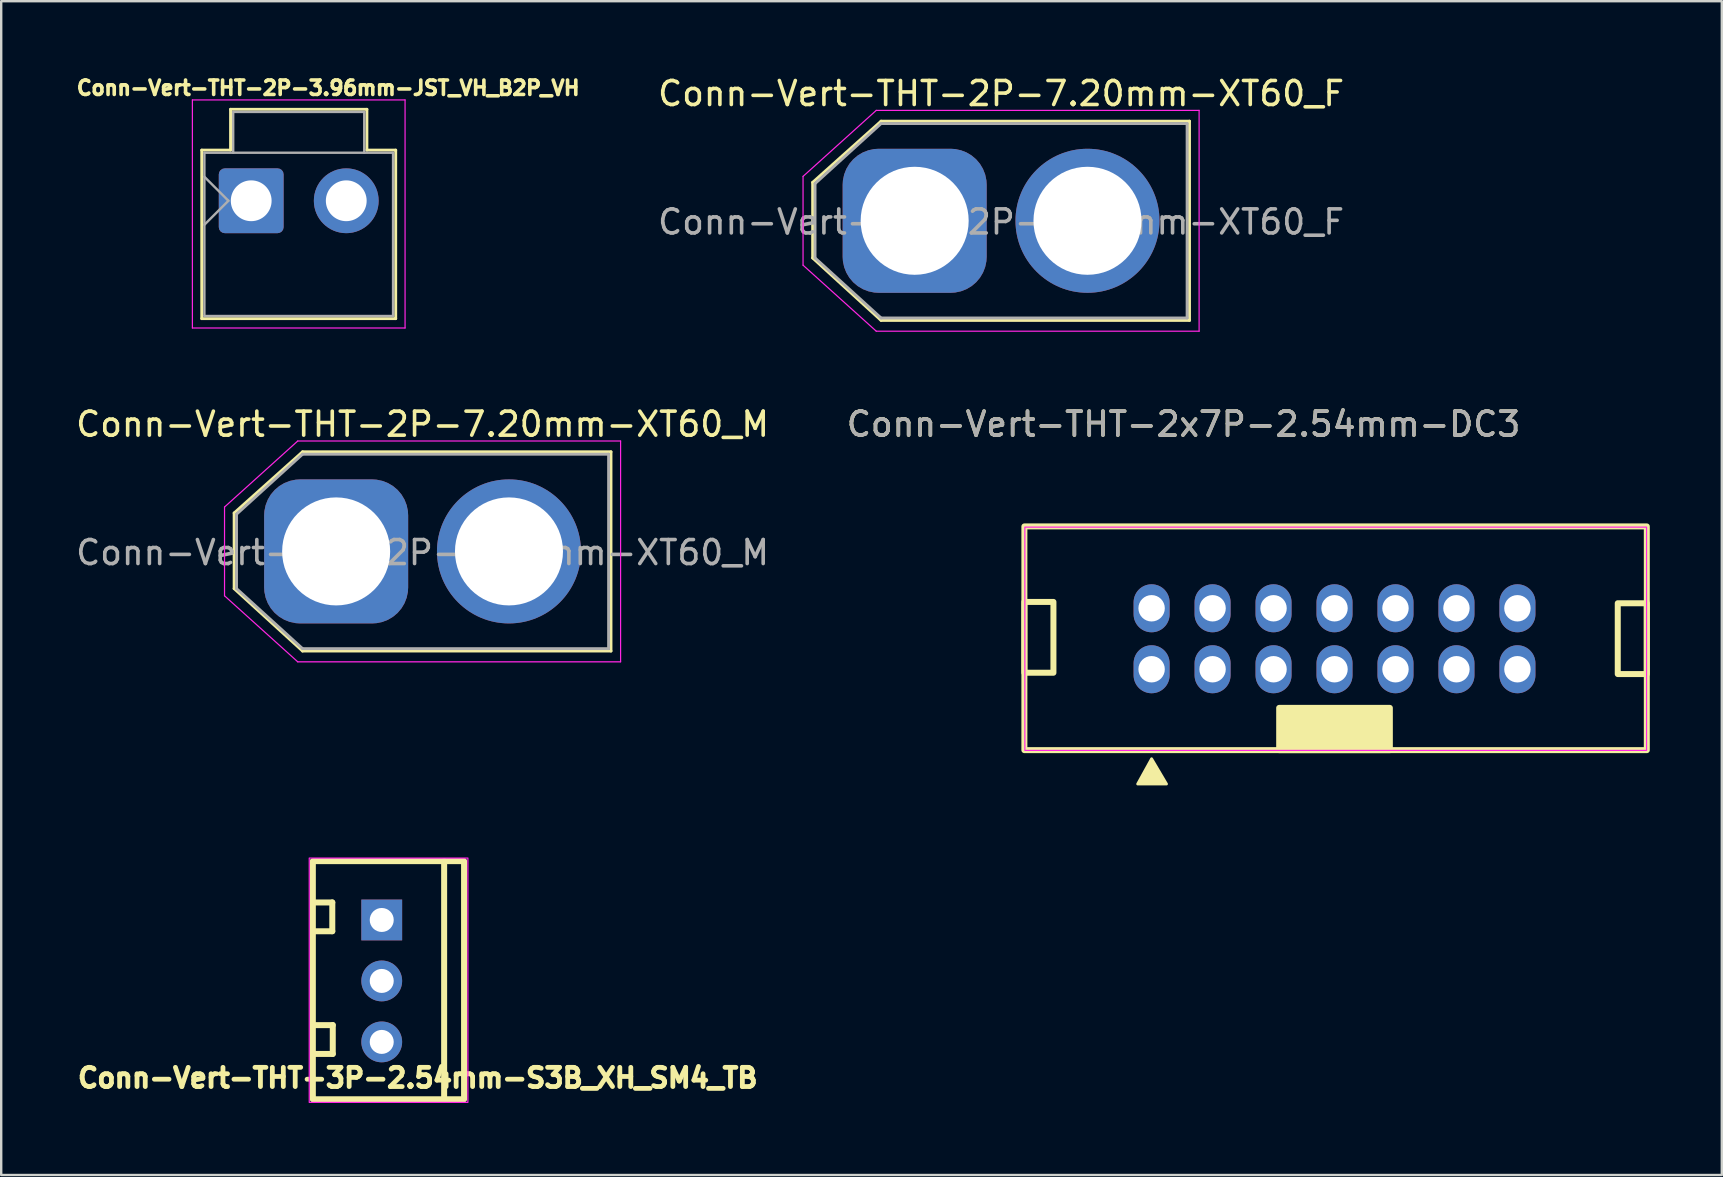
<source format=kicad_pcb>
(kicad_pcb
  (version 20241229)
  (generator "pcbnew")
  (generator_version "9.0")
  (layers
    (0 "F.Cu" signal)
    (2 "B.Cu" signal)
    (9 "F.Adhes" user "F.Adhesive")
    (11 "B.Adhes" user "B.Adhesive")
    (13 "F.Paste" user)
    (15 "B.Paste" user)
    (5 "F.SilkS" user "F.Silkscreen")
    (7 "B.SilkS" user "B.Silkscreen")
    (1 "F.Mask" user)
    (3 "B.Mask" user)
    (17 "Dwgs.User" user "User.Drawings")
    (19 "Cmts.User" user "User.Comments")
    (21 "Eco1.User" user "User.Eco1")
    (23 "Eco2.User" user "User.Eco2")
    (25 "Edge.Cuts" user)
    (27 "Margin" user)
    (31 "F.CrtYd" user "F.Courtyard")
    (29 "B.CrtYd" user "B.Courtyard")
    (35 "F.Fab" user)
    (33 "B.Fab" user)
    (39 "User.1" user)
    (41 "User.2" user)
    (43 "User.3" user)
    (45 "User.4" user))
  (footprint "Conn-Vert-THT-2P-7.20mm-XT60_F"
    (layer "F.Cu")
    (at 35.055 6.148)
    (property "Reference" "Conn-Vert-THT-2P-7.20mm-XT60_F" (at 3.6 -5.3 180) (layer "F.SilkS") (effects (font (size 1 1) (thickness 0.15))))
    (attr through_hole)
    (fp_line (start -4.25 -1.6) (end -4.25 1.55) (stroke (width 0.12) (type solid)) (layer "F.SilkS"))
    (fp_line (start -4.25 1.55) (end -1.4 4.15) (stroke (width 0.12) (type solid)) (layer "F.SilkS"))
    (fp_line (start -1.4 -4.15) (end -4.25 -1.6) (stroke (width 0.12) (type solid)) (layer "F.SilkS"))
    (fp_line (start -1.4 4.15) (end 11.45 4.15) (stroke (width 0.12) (type solid)) (layer "F.SilkS"))
    (fp_line (start 11.45 -4.15) (end -1.4 -4.15) (stroke (width 0.12) (type solid)) (layer "F.SilkS"))
    (fp_line (start 11.45 4.15) (end 11.45 -4.15) (stroke (width 0.12) (type solid)) (layer "F.SilkS"))
    (fp_line (start -4.65 -1.85) (end -1.6 -4.6) (stroke (width 0.05) (type solid)) (layer "F.CrtYd"))
    (fp_line (start -4.65 1.85) (end -4.65 -1.85) (stroke (width 0.05) (type solid)) (layer "F.CrtYd"))
    (fp_line (start -1.6 -4.6) (end 11.85 -4.6) (stroke (width 0.05) (type solid)) (layer "F.CrtYd"))
    (fp_line (start -1.6 4.6) (end -4.65 1.85) (stroke (width 0.05) (type solid)) (layer "F.CrtYd"))
    (fp_line (start 11.85 -4.6) (end 11.85 4.6) (stroke (width 0.05) (type solid)) (layer "F.CrtYd"))
    (fp_line (start 11.85 4.6) (end -1.6 4.6) (stroke (width 0.05) (type solid)) (layer "F.CrtYd"))
    (fp_line (start -4.15 -1.55) (end -4.15 1.55) (stroke (width 0.12) (type solid)) (layer "F.Fab"))
    (fp_line (start -4.15 1.55) (end -1.4 4.05) (stroke (width 0.12) (type solid)) (layer "F.Fab"))
    (fp_line (start -1.4 -4.05) (end -4.15 -1.55) (stroke (width 0.12) (type solid)) (layer "F.Fab"))
    (fp_line (start -1.4 4.05) (end 11.35 4.05) (stroke (width 0.12) (type solid)) (layer "F.Fab"))
    (fp_line (start 11.35 -4.05) (end -1.4 -4.05) (stroke (width 0.12) (type solid)) (layer "F.Fab"))
    (fp_line (start 11.35 4.05) (end 11.35 -4.05) (stroke (width 0.12) (type solid)) (layer "F.Fab"))
    (fp_text user "${REFERENCE}" (at 3.6 0.05 0) (layer "F.Fab") (effects (font (size 1 1) (thickness 0.15))))
    (pad "1" thru_hole roundrect (at 0 0) (size 6 6) (drill 4.5) (layers "*.Cu" "*.Mask") (roundrect_rratio 0.25))
    (pad "2" thru_hole circle (at 7.2 0) (size 6 6) (drill 4.5) (layers "*.Cu" "*.Mask")))
  (footprint "Conn-Vert-THT-2x7P-2.54mm-DC3"
    (layer "F.Cu")
    (at 52.546 23.561)
    (property "Reference" "Conn-Vert-THT-2x7P-2.54mm-DC3" (at -6.29 -8.94 0) (unlocked yes) (layer "F.SilkS") (effects (font (size 1 1) (thickness 0.15))))
    (attr through_hole)
    (fp_rect (start -12.92 -4.68) (end 13.01 4.64) (stroke (width 0.25) (type solid)) (fill no) (layer "F.SilkS"))
    (fp_rect (start -11.71 -1.535) (end -12.92 1.415) (stroke (width 0.25) (type solid)) (fill no) (layer "F.SilkS"))
    (fp_rect (start -2.305 2.88) (end 2.305 4.64) (stroke (width 0.12) (type solid)) (fill yes) (layer "F.SilkS"))
    (fp_rect (start -2.305 2.88) (end 2.305 4.64) (stroke (width 0.25) (type solid)) (fill no) (layer "F.SilkS"))
    (fp_rect (start 13.01 -1.48) (end 11.8 1.47) (stroke (width 0.25) (type solid)) (fill no) (layer "F.SilkS"))
    (fp_poly (pts (xy -7.62 5) (xy -8.2 6.05) (xy -7 6.05)) (stroke (width 0.12) (type solid)) (fill yes) (layer "F.SilkS"))
    (fp_rect (start -12.9 -4.65) (end 13 4.65) (stroke (width 0.05) (type default)) (fill no) (layer "F.CrtYd"))
    (fp_text user "${REFERENCE}" (at -6.29 -8.94 0) (unlocked yes) (layer "F.Fab") (effects (font (size 1 1) (thickness 0.15))))
    (pad "1" thru_hole oval (at -7.62 1.27 180) (size 1.5 2) (drill 1.1) (layers "*.Cu" "*.Mask"))
    (pad "2" thru_hole oval (at -7.62 -1.27 180) (size 1.5 2) (drill 1.1) (layers "*.Cu" "*.Mask"))
    (pad "3" thru_hole oval (at -5.08 1.27 180) (size 1.5 2) (drill 1.1) (layers "*.Cu" "*.Mask"))
    (pad "4" thru_hole oval (at -5.08 -1.27 180) (size 1.5 2) (drill 1.1) (layers "*.Cu" "*.Mask"))
    (pad "5" thru_hole oval (at -2.54 1.27 180) (size 1.5 2) (drill 1.1) (layers "*.Cu" "*.Mask"))
    (pad "6" thru_hole oval (at -2.54 -1.27 180) (size 1.5 2) (drill 1.1) (layers "*.Cu" "*.Mask"))
    (pad "7" thru_hole oval (at 0 1.27 180) (size 1.5 2) (drill 1.1) (layers "*.Cu" "*.Mask"))
    (pad "8" thru_hole oval (at 0 -1.27 180) (size 1.5 2) (drill 1.1) (layers "*.Cu" "*.Mask"))
    (pad "9" thru_hole oval (at 2.54 1.27 180) (size 1.5 2) (drill 1.1) (layers "*.Cu" "*.Mask"))
    (pad "10" thru_hole oval (at 2.54 -1.27 180) (size 1.5 2) (drill 1.1) (layers "*.Cu" "*.Mask"))
    (pad "11" thru_hole oval (at 5.08 1.27 180) (size 1.5 2) (drill 1.1) (layers "*.Cu" "*.Mask"))
    (pad "12" thru_hole oval (at 5.08 -1.27 180) (size 1.5 2) (drill 1.1) (layers "*.Cu" "*.Mask"))
    (pad "13" thru_hole oval (at 7.62 1.27 180) (size 1.5 2) (drill 1.1) (layers "*.Cu" "*.Mask"))
    (pad "14" thru_hole oval (at 7.62 -1.27 180) (size 1.5 2) (drill 1.1) (layers "*.Cu" "*.Mask")))
  (footprint "Conn-Vert-THT-3P-2.54mm-S3B_XH_SM4_TB"
    (layer "F.Cu")
    (at 12.853 37.816)
    (property "Reference" "Conn-Vert-THT-3P-2.54mm-S3B_XH_SM4_TB" (at 1.5 4.04 0) (unlocked yes) (layer "F.SilkS") (effects (font (size 0.8 0.8) (thickness 0.3))))
    (attr through_hole)
    (fp_line (start -2.86 -3.27) (end -2.06 -3.27) (stroke (width 0.25) (type solid)) (layer "F.SilkS"))
    (fp_line (start -2.84 1.84) (end -2.04 1.84) (stroke (width 0.25) (type solid)) (layer "F.SilkS"))
    (fp_line (start -2.06 -3.27) (end -2.06 -2.07) (stroke (width 0.25) (type solid)) (layer "F.SilkS"))
    (fp_line (start -2.06 -2.07) (end -2.86 -2.07) (stroke (width 0.25) (type solid)) (layer "F.SilkS"))
    (fp_line (start -2.04 1.84) (end -2.04 3.04) (stroke (width 0.25) (type solid)) (layer "F.SilkS"))
    (fp_line (start -2.04 3.04) (end -2.84 3.04) (stroke (width 0.25) (type solid)) (layer "F.SilkS"))
    (fp_line (start 2.6 -4.99) (end 2.6 4.92) (stroke (width 0.25) (type solid)) (layer "F.SilkS"))
    (fp_rect (start -2.87 -4.99) (end 3.43 4.93) (stroke (width 0.25) (type solid)) (fill no) (layer "F.SilkS"))
    (fp_rect (start -3.02 -5.12) (end 3.59 5.06) (stroke (width 0.05) (type solid)) (fill no) (layer "F.CrtYd"))
    (pad "1" thru_hole rect (at 0 -2.54) (size 1.7 1.7) (drill 1) (layers "*.Cu" "*.Mask"))
    (pad "2" thru_hole oval (at 0 0) (size 1.7 1.7) (drill 1) (layers "*.Cu" "*.Mask"))
    (pad "3" thru_hole circle (at 0 2.54) (size 1.7 1.7) (drill 1) (layers "*.Cu" "*.Mask")))
  (footprint "Conn-Vert-THT-2P-3.96mm-JST_VH_B2P_VH"
    (layer "F.Cu")
    (at 7.415 5.314)
    (property "Reference" "Conn-Vert-THT-2P-3.96mm-JST_VH_B2P_VH" (at 3.208 -4.7 0) (layer "F.SilkS") (effects (font (size 0.6 0.6) (thickness 0.15))))
    (attr through_hole)
    (fp_line (start -2.06 -2.11) (end -0.86 -2.11) (stroke (width 0.12) (type solid)) (layer "F.SilkS"))
    (fp_line (start -2.06 4.91) (end -2.06 -2.11) (stroke (width 0.12) (type solid)) (layer "F.SilkS"))
    (fp_line (start -0.86 -3.81) (end 4.82 -3.81) (stroke (width 0.12) (type solid)) (layer "F.SilkS"))
    (fp_line (start -0.86 -2.11) (end -0.86 -3.81) (stroke (width 0.12) (type solid)) (layer "F.SilkS"))
    (fp_line (start 4.82 -3.81) (end 4.82 -2.11) (stroke (width 0.12) (type solid)) (layer "F.SilkS"))
    (fp_line (start 4.82 -2.11) (end 6.02 -2.11) (stroke (width 0.12) (type solid)) (layer "F.SilkS"))
    (fp_line (start 6.02 -2.11) (end 6.02 4.91) (stroke (width 0.12) (type solid)) (layer "F.SilkS"))
    (fp_line (start 6.02 4.91) (end -2.06 4.91) (stroke (width 0.12) (type solid)) (layer "F.SilkS"))
    (fp_line (start -2.45 -4.2) (end -2.45 5.3) (stroke (width 0.05) (type solid)) (layer "F.CrtYd"))
    (fp_line (start -2.45 5.3) (end 6.41 5.3) (stroke (width 0.05) (type solid)) (layer "F.CrtYd"))
    (fp_line (start 6.41 -4.2) (end -2.45 -4.2) (stroke (width 0.05) (type solid)) (layer "F.CrtYd"))
    (fp_line (start 6.41 5.3) (end 6.41 -4.2) (stroke (width 0.05) (type solid)) (layer "F.CrtYd"))
    (fp_line (start -1.95 -2) (end -1.95 4.8) (stroke (width 0.1) (type solid)) (layer "F.Fab"))
    (fp_line (start -1.95 -1) (end -0.95 0) (stroke (width 0.1) (type solid)) (layer "F.Fab"))
    (fp_line (start -1.95 1) (end -0.95 0) (stroke (width 0.1) (type solid)) (layer "F.Fab"))
    (fp_line (start -1.95 4.8) (end 5.91 4.8) (stroke (width 0.1) (type solid)) (layer "F.Fab"))
    (fp_line (start -0.75 -3.7) (end 4.71 -3.7) (stroke (width 0.1) (type solid)) (layer "F.Fab"))
    (fp_line (start -0.75 -2) (end -0.75 -3.7) (stroke (width 0.1) (type solid)) (layer "F.Fab"))
    (fp_line (start 4.71 -3.7) (end 4.71 -2) (stroke (width 0.1) (type solid)) (layer "F.Fab"))
    (fp_line (start 5.91 -2) (end -1.95 -2) (stroke (width 0.1) (type solid)) (layer "F.Fab"))
    (fp_line (start 5.91 4.8) (end 5.91 -2) (stroke (width 0.1) (type solid)) (layer "F.Fab"))
    (pad "1" thru_hole roundrect (at 0 0) (size 2.7 2.7) (drill 1.7) (layers "*.Cu" "*.Mask") (roundrect_rratio 0.093))
    (pad "2" thru_hole circle (at 3.96 0) (size 2.7 2.7) (drill 1.7) (layers "*.Cu" "*.Mask")))
  (footprint "Conn-Vert-THT-2P-7.20mm-XT60_M"
    (layer "F.Cu")
    (at 10.954 19.922)
    (property "Reference" "Conn-Vert-THT-2P-7.20mm-XT60_M" (at 3.6 -5.3 180) (layer "F.SilkS") (effects (font (size 1 1) (thickness 0.15))))
    (attr through_hole)
    (fp_line (start -4.25 -1.6) (end -4.25 1.55) (stroke (width 0.12) (type solid)) (layer "F.SilkS"))
    (fp_line (start -4.25 1.55) (end -1.4 4.15) (stroke (width 0.12) (type solid)) (layer "F.SilkS"))
    (fp_line (start -1.4 -4.15) (end -4.25 -1.6) (stroke (width 0.12) (type solid)) (layer "F.SilkS"))
    (fp_line (start -1.4 4.15) (end 11.45 4.15) (stroke (width 0.12) (type solid)) (layer "F.SilkS"))
    (fp_line (start 11.45 -4.15) (end -1.4 -4.15) (stroke (width 0.12) (type solid)) (layer "F.SilkS"))
    (fp_line (start 11.45 4.15) (end 11.45 -4.15) (stroke (width 0.12) (type solid)) (layer "F.SilkS"))
    (fp_line (start -4.65 -1.85) (end -1.6 -4.6) (stroke (width 0.05) (type solid)) (layer "F.CrtYd"))
    (fp_line (start -4.65 1.85) (end -4.65 -1.85) (stroke (width 0.05) (type solid)) (layer "F.CrtYd"))
    (fp_line (start -1.6 -4.6) (end 11.85 -4.6) (stroke (width 0.05) (type solid)) (layer "F.CrtYd"))
    (fp_line (start -1.6 4.6) (end -4.65 1.85) (stroke (width 0.05) (type solid)) (layer "F.CrtYd"))
    (fp_line (start 11.85 -4.6) (end 11.85 4.6) (stroke (width 0.05) (type solid)) (layer "F.CrtYd"))
    (fp_line (start 11.85 4.6) (end -1.6 4.6) (stroke (width 0.05) (type solid)) (layer "F.CrtYd"))
    (fp_line (start -4.15 -1.55) (end -4.15 1.55) (stroke (width 0.12) (type solid)) (layer "F.Fab"))
    (fp_line (start -4.15 1.55) (end -1.4 4.05) (stroke (width 0.12) (type solid)) (layer "F.Fab"))
    (fp_line (start -1.4 -4.05) (end -4.15 -1.55) (stroke (width 0.12) (type solid)) (layer "F.Fab"))
    (fp_line (start -1.4 4.05) (end 11.35 4.05) (stroke (width 0.12) (type solid)) (layer "F.Fab"))
    (fp_line (start 11.35 -4.05) (end -1.4 -4.05) (stroke (width 0.12) (type solid)) (layer "F.Fab"))
    (fp_line (start 11.35 4.05) (end 11.35 -4.05) (stroke (width 0.12) (type solid)) (layer "F.Fab"))
    (fp_text user "${REFERENCE}" (at 3.6 0.05 0) (layer "F.Fab") (effects (font (size 1 1) (thickness 0.15))))
    (pad "1" thru_hole roundrect (at 0 0) (size 6 6) (drill 4.5) (layers "*.Cu" "*.Mask") (roundrect_rratio 0.25))
    (pad "2" thru_hole circle (at 7.2 0) (size 6 6) (drill 4.5) (layers "*.Cu" "*.Mask")))
  (gr_rect
    (start -3 -3)
    (end 68.681 45.901)
    (stroke (width 0.1) (type default))
    (fill no)
    (layer "Edge.Cuts")))
</source>
